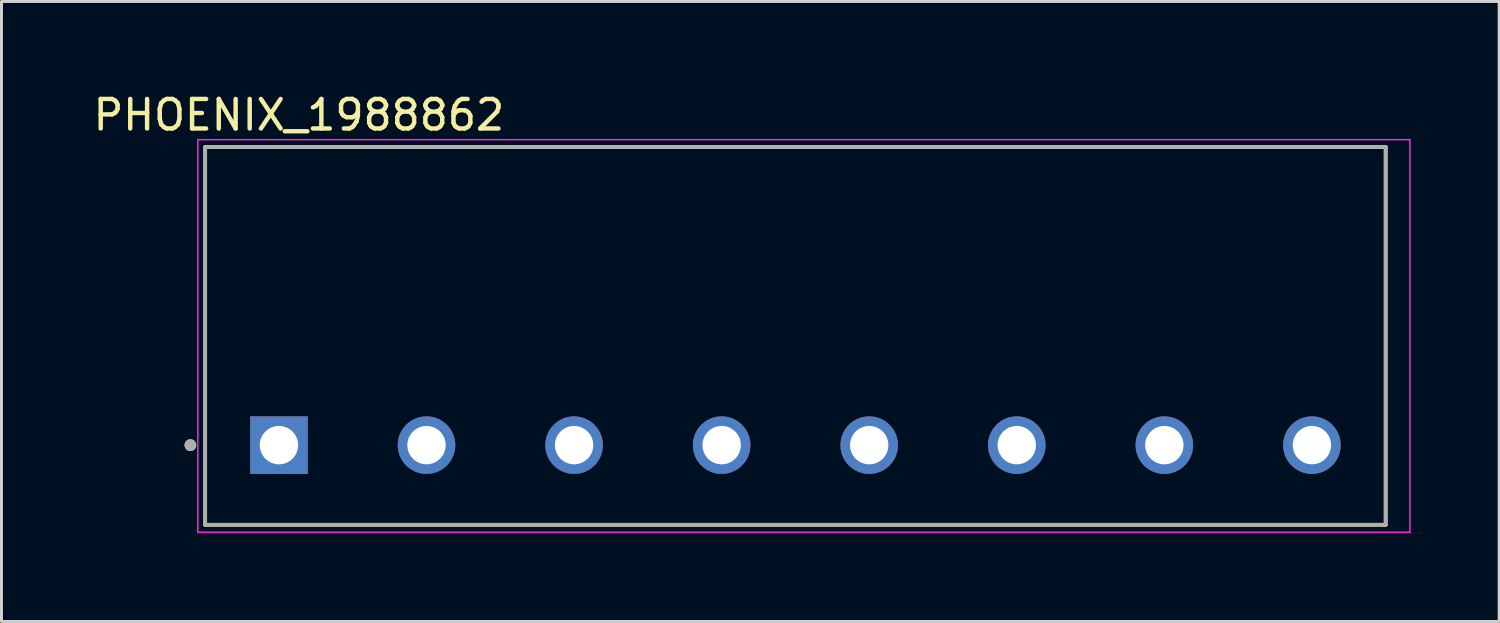
<source format=kicad_pcb>
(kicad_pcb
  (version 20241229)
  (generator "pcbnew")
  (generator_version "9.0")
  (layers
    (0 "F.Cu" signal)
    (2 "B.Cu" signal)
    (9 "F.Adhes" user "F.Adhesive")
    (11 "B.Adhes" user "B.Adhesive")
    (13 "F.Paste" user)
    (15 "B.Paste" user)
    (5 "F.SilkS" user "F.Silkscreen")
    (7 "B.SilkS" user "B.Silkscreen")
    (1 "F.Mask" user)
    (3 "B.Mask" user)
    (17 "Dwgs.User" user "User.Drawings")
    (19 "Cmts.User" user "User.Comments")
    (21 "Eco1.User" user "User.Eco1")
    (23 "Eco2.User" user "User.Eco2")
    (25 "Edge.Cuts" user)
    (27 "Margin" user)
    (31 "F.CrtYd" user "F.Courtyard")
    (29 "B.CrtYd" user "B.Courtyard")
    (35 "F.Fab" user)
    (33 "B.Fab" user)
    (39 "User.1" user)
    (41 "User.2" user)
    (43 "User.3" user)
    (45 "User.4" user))
  (footprint "PHOENIX_1988862"
    (layer "F.Cu")
    (at 3.902 14.733)
    (property "Reference" "PHOENIX_1988862" (at 3.175 -13.885 0) (layer "F.SilkS") (effects (font (size 1 1) (thickness 0.15))))
    (attr through_hole)
    (fp_line (start 0 -12.8) (end 0 0) (stroke (width 0.127) (type solid)) (layer "F.SilkS"))
    (fp_line (start 0 0) (end 40 0) (stroke (width 0.127) (type solid)) (layer "F.SilkS"))
    (fp_line (start 40 -12.8) (end 0 -12.8) (stroke (width 0.127) (type solid)) (layer "F.SilkS"))
    (fp_line (start 40 0) (end 40 -12.8) (stroke (width 0.127) (type solid)) (layer "F.SilkS"))
    (fp_circle (center -0.5 -2.7) (end -0.4 -2.7) (stroke (width 0.2) (type solid)) (fill no) (layer "F.SilkS"))
    (fp_line (start -0.25 -13.05) (end 40.82 -13.05) (stroke (width 0.05) (type solid)) (layer "F.CrtYd"))
    (fp_line (start -0.25 0.25) (end -0.25 -13.05) (stroke (width 0.05) (type solid)) (layer "F.CrtYd"))
    (fp_line (start 40.82 -13.05) (end 40.82 0.25) (stroke (width 0.05) (type solid)) (layer "F.CrtYd"))
    (fp_line (start 40.82 0.25) (end -0.25 0.25) (stroke (width 0.05) (type solid)) (layer "F.CrtYd"))
    (fp_line (start 0 -12.8) (end 0 0) (stroke (width 0.127) (type solid)) (layer "F.Fab"))
    (fp_line (start 0 0) (end 40 0) (stroke (width 0.127) (type solid)) (layer "F.Fab"))
    (fp_line (start 40 -12.8) (end 0 -12.8) (stroke (width 0.127) (type solid)) (layer "F.Fab"))
    (fp_line (start 40 0) (end 40 -12.8) (stroke (width 0.127) (type solid)) (layer "F.Fab"))
    (fp_circle (center -0.5 -2.7) (end -0.4 -2.7) (stroke (width 0.2) (type solid)) (fill no) (layer "F.Fab"))
    (pad "1" thru_hole rect (at 2.5 -2.7) (size 1.95 1.95) (drill 1.3) (layers "*.Cu" "*.Mask"))
    (pad "2" thru_hole circle (at 7.5 -2.7) (size 1.95 1.95) (drill 1.3) (layers "*.Cu" "*.Mask"))
    (pad "3" thru_hole circle (at 12.5 -2.7) (size 1.95 1.95) (drill 1.3) (layers "*.Cu" "*.Mask"))
    (pad "4" thru_hole circle (at 17.5 -2.7) (size 1.95 1.95) (drill 1.3) (layers "*.Cu" "*.Mask"))
    (pad "5" thru_hole circle (at 22.5 -2.7) (size 1.95 1.95) (drill 1.3) (layers "*.Cu" "*.Mask"))
    (pad "6" thru_hole circle (at 27.5 -2.7) (size 1.95 1.95) (drill 1.3) (layers "*.Cu" "*.Mask"))
    (pad "7" thru_hole circle (at 32.5 -2.7) (size 1.95 1.95) (drill 1.3) (layers "*.Cu" "*.Mask"))
    (pad "8" thru_hole circle (at 37.5 -2.7) (size 1.95 1.95) (drill 1.3) (layers "*.Cu" "*.Mask")))
  (gr_rect
    (start -3 -3)
    (end 47.747 18.008)
    (stroke (width 0.1) (type default))
    (fill no)
    (layer "Edge.Cuts")))
</source>
